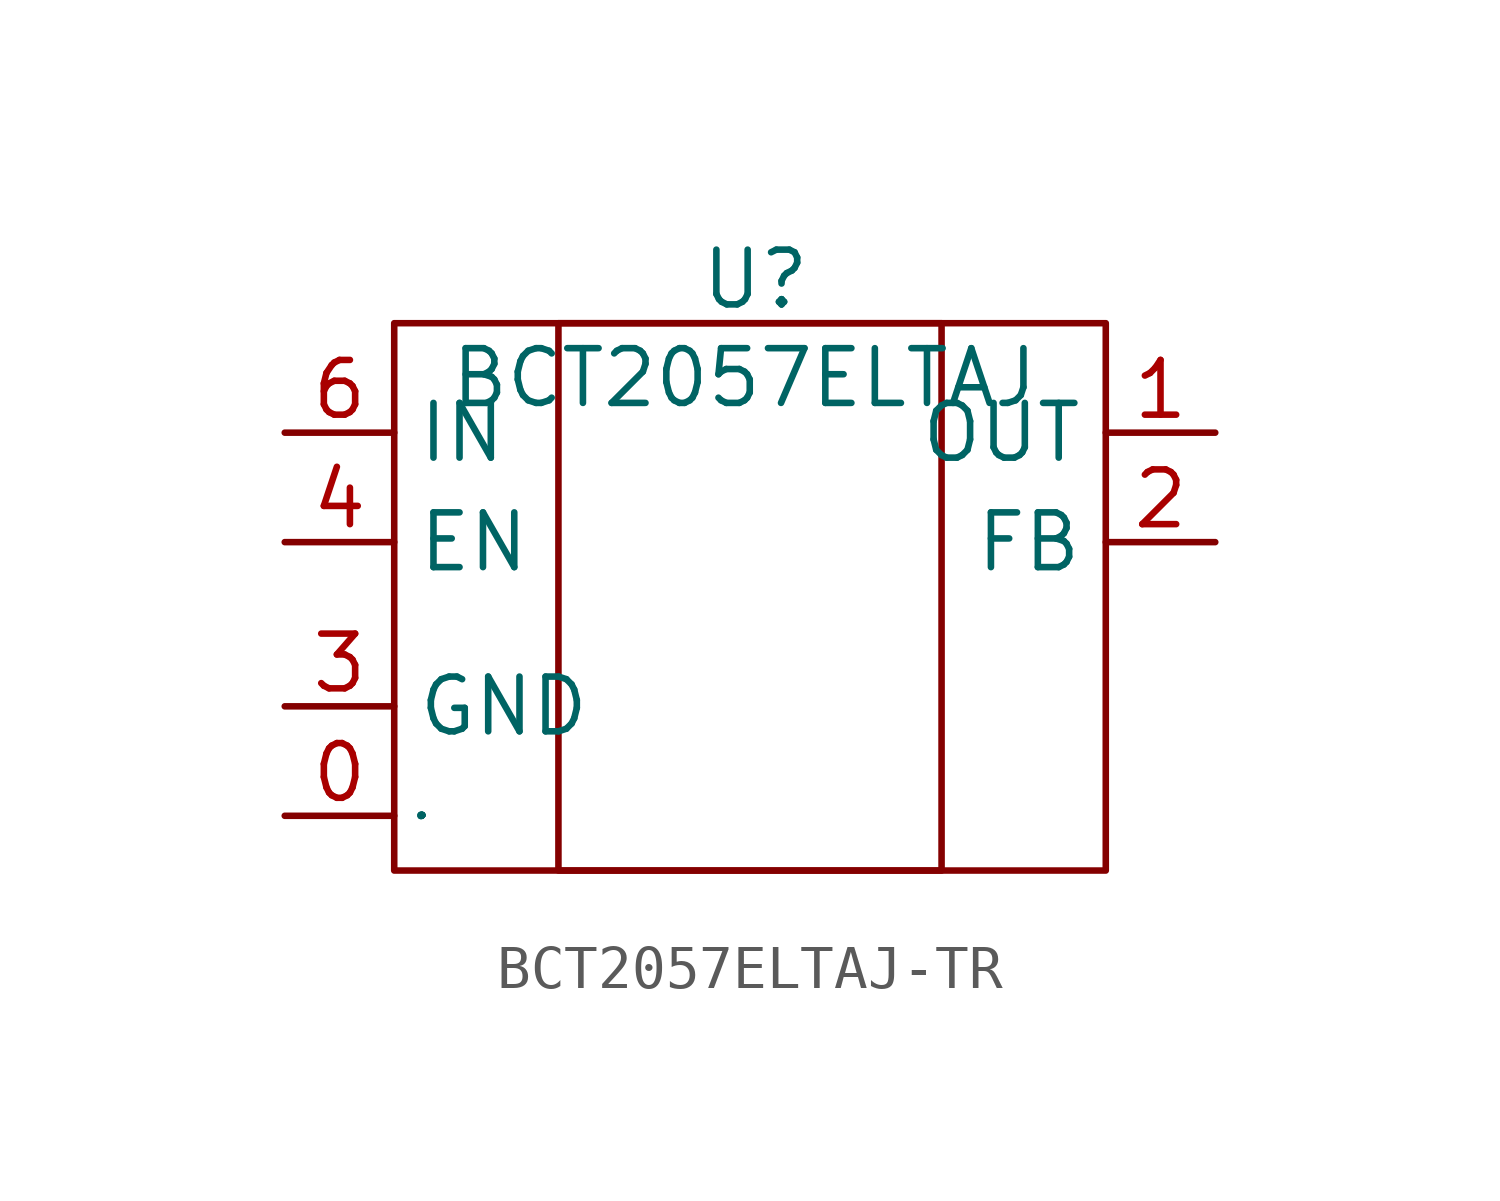
<source format=kicad_sym>
(kicad_symbol_lib
  (version 20241209)
  (generator "kicad_symbol_editor")
  (generator_version "9.0")
  (symbol "BCT2057ELTAJ-TR"
    (property "Reference" "U"
      (at -0.508 7.366 0)
      (effects (font (size 1.27 1.27))))
    (property "Value" "BCT2057ELTAJ"
      (at -0.762 5.08 0)
      (effects (font (size 1.27 1.27))))
    (symbol "BCT2057ELTAJ-TR_1_0"
      (rectangle (start -8.89 6.35) (end 7.62 -6.35) (stroke (width 0) (type default)) (fill (type none)))
      (rectangle (start -5.08 6.35) (end 3.81 -6.35) (stroke (width 0) (type default)) (fill (type none)))
      (pin unspecified line (at -11.43 3.81 0) (length 2.54) (name "IN" (effects (font (size 1.27 1.27)))) (number "6" (effects (font (size 1.27 1.27)))))
      (pin unspecified line (at -11.43 1.27 0) (length 2.54) (name "EN" (effects (font (size 1.27 1.27)))) (number "4" (effects (font (size 1.27 1.27)))))
      (pin unspecified line (at -11.43 -2.54 0) (length 2.54) (name "GND" (effects (font (size 1.27 1.27)))) (number "3" (effects (font (size 1.27 1.27)))))
      (pin unspecified line (at -11.43 -5.08 0) (length 2.54) (name "EP" (effects (font (size 0.025 0.025)))) (number "0" (effects (font (size 1.27 1.27)))))
      (pin unspecified line (at 2.54 -3.81 180) (length 2.54) (hide yes) (name "NC" (effects (font (size 1.27 1.27)))) (number "5" (effects (font (size 1.27 1.27)))))
      (pin unspecified line (at 10.16 3.81 180) (length 2.54) (name "OUT" (effects (font (size 1.27 1.27)))) (number "1" (effects (font (size 1.27 1.27)))))
      (pin unspecified line (at 10.16 1.27 180) (length 2.54) (name "FB" (effects (font (size 1.27 1.27)))) (number "2" (effects (font (size 1.27 1.27))))))))
</source>
